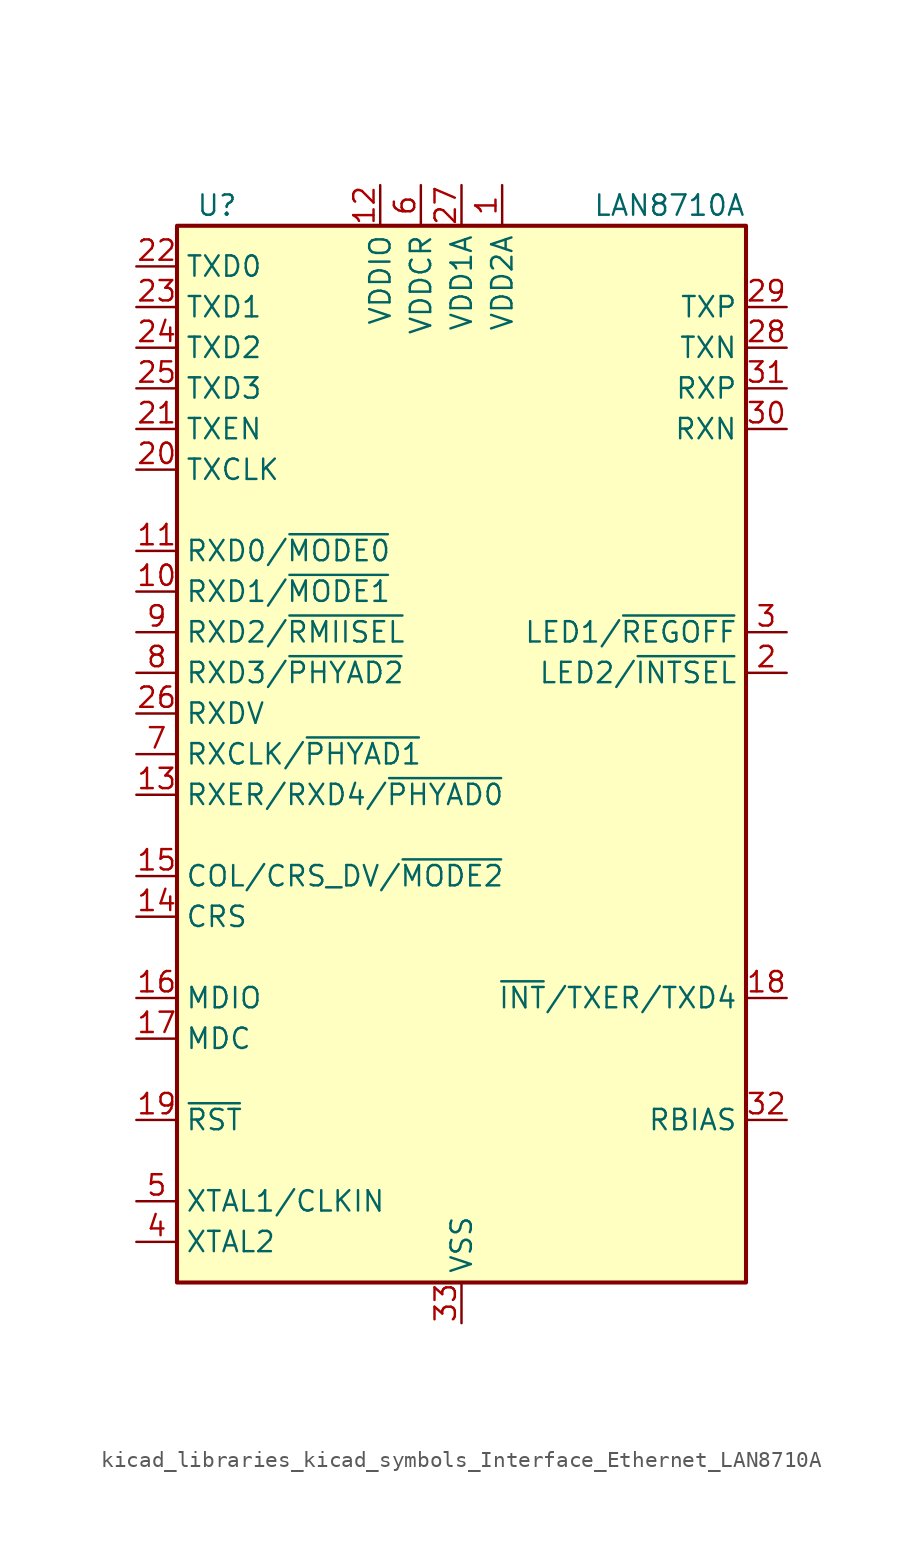
<source format=kicad_sym>
(kicad_symbol_lib
  (version 20220914)
  (generator kicad_symbol_editor)
  (symbol "kicad_libraries_kicad_symbols_Interface_Ethernet_LAN8710A"
    (property "Reference" "U"
      (at -13.97 34.29 0)
      (effects (font (size 1.27 1.27)) (justify right)))
    (property "Value" "LAN8710A"
      (at 17.78 34.29 0)
      (effects (font (size 1.27 1.27)) (justify right)))
    (symbol "kicad_libraries_kicad_symbols_Interface_Ethernet_LAN8710A_0_1"
      (rectangle (start -17.78 33.02) (end 17.78 -33.02) (stroke (width 0.254) (type default)) (fill (type background))))
    (symbol "kicad_libraries_kicad_symbols_Interface_Ethernet_LAN8710A_1_1"
      (pin power_in line (at 2.54 35.56 270) (length 2.54) (name "VDD2A" (effects (font (size 1.27 1.27)))) (number "1" (effects (font (size 1.27 1.27)))))
      (pin bidirectional line (at -20.32 10.16 0) (length 2.54) (name "RXD1/~{MODE1}" (effects (font (size 1.27 1.27)))) (number "10" (effects (font (size 1.27 1.27)))))
      (pin bidirectional line (at -20.32 12.7 0) (length 2.54) (name "RXD0/~{MODE0}" (effects (font (size 1.27 1.27)))) (number "11" (effects (font (size 1.27 1.27)))))
      (pin power_in line (at -5.08 35.56 270) (length 2.54) (name "VDDIO" (effects (font (size 1.27 1.27)))) (number "12" (effects (font (size 1.27 1.27)))))
      (pin bidirectional line (at -20.32 -2.54 0) (length 2.54) (name "RXER/RXD4/~{PHYAD0}" (effects (font (size 1.27 1.27)))) (number "13" (effects (font (size 1.27 1.27)))))
      (pin output line (at -20.32 -10.16 0) (length 2.54) (name "CRS" (effects (font (size 1.27 1.27)))) (number "14" (effects (font (size 1.27 1.27)))))
      (pin bidirectional line (at -20.32 -7.62 0) (length 2.54) (name "COL/CRS_DV/~{MODE2}" (effects (font (size 1.27 1.27)))) (number "15" (effects (font (size 1.27 1.27)))))
      (pin bidirectional line (at -20.32 -15.24 0) (length 2.54) (name "MDIO" (effects (font (size 1.27 1.27)))) (number "16" (effects (font (size 1.27 1.27)))))
      (pin input line (at -20.32 -17.78 0) (length 2.54) (name "MDC" (effects (font (size 1.27 1.27)))) (number "17" (effects (font (size 1.27 1.27)))))
      (pin bidirectional line (at 20.32 -15.24 180) (length 2.54) (name "~{INT}/TXER/TXD4" (effects (font (size 1.27 1.27)))) (number "18" (effects (font (size 1.27 1.27)))))
      (pin input line (at -20.32 -22.86 0) (length 2.54) (name "~{RST}" (effects (font (size 1.27 1.27)))) (number "19" (effects (font (size 1.27 1.27)))))
      (pin bidirectional line (at 20.32 5.08 180) (length 2.54) (name "LED2/~{INTSEL}" (effects (font (size 1.27 1.27)))) (number "2" (effects (font (size 1.27 1.27)))))
      (pin output line (at -20.32 17.78 0) (length 2.54) (name "TXCLK" (effects (font (size 1.27 1.27)))) (number "20" (effects (font (size 1.27 1.27)))))
      (pin input line (at -20.32 20.32 0) (length 2.54) (name "TXEN" (effects (font (size 1.27 1.27)))) (number "21" (effects (font (size 1.27 1.27)))))
      (pin input line (at -20.32 30.48 0) (length 2.54) (name "TXD0" (effects (font (size 1.27 1.27)))) (number "22" (effects (font (size 1.27 1.27)))))
      (pin input line (at -20.32 27.94 0) (length 2.54) (name "TXD1" (effects (font (size 1.27 1.27)))) (number "23" (effects (font (size 1.27 1.27)))))
      (pin input line (at -20.32 25.4 0) (length 2.54) (name "TXD2" (effects (font (size 1.27 1.27)))) (number "24" (effects (font (size 1.27 1.27)))))
      (pin input line (at -20.32 22.86 0) (length 2.54) (name "TXD3" (effects (font (size 1.27 1.27)))) (number "25" (effects (font (size 1.27 1.27)))))
      (pin output line (at -20.32 2.54 0) (length 2.54) (name "RXDV" (effects (font (size 1.27 1.27)))) (number "26" (effects (font (size 1.27 1.27)))))
      (pin power_in line (at 0 35.56 270) (length 2.54) (name "VDD1A" (effects (font (size 1.27 1.27)))) (number "27" (effects (font (size 1.27 1.27)))))
      (pin bidirectional line (at 20.32 25.4 180) (length 2.54) (name "TXN" (effects (font (size 1.27 1.27)))) (number "28" (effects (font (size 1.27 1.27)))))
      (pin bidirectional line (at 20.32 27.94 180) (length 2.54) (name "TXP" (effects (font (size 1.27 1.27)))) (number "29" (effects (font (size 1.27 1.27)))))
      (pin bidirectional line (at 20.32 7.62 180) (length 2.54) (name "LED1/~{REGOFF}" (effects (font (size 1.27 1.27)))) (number "3" (effects (font (size 1.27 1.27)))))
      (pin bidirectional line (at 20.32 20.32 180) (length 2.54) (name "RXN" (effects (font (size 1.27 1.27)))) (number "30" (effects (font (size 1.27 1.27)))))
      (pin bidirectional line (at 20.32 22.86 180) (length 2.54) (name "RXP" (effects (font (size 1.27 1.27)))) (number "31" (effects (font (size 1.27 1.27)))))
      (pin passive line (at 20.32 -22.86 180) (length 2.54) (name "RBIAS" (effects (font (size 1.27 1.27)))) (number "32" (effects (font (size 1.27 1.27)))))
      (pin power_in line (at 0 -35.56 90) (length 2.54) (name "VSS" (effects (font (size 1.27 1.27)))) (number "33" (effects (font (size 1.27 1.27)))))
      (pin output line (at -20.32 -30.48 0) (length 2.54) (name "XTAL2" (effects (font (size 1.27 1.27)))) (number "4" (effects (font (size 1.27 1.27)))))
      (pin input line (at -20.32 -27.94 0) (length 2.54) (name "XTAL1/CLKIN" (effects (font (size 1.27 1.27)))) (number "5" (effects (font (size 1.27 1.27)))))
      (pin power_in line (at -2.54 35.56 270) (length 2.54) (name "VDDCR" (effects (font (size 1.27 1.27)))) (number "6" (effects (font (size 1.27 1.27)))))
      (pin bidirectional line (at -20.32 0 0) (length 2.54) (name "RXCLK/~{PHYAD1}" (effects (font (size 1.27 1.27)))) (number "7" (effects (font (size 1.27 1.27)))))
      (pin bidirectional line (at -20.32 5.08 0) (length 2.54) (name "RXD3/~{PHYAD2}" (effects (font (size 1.27 1.27)))) (number "8" (effects (font (size 1.27 1.27)))))
      (pin bidirectional line (at -20.32 7.62 0) (length 2.54) (name "RXD2/~{RMIISEL}" (effects (font (size 1.27 1.27)))) (number "9" (effects (font (size 1.27 1.27))))))))
</source>
